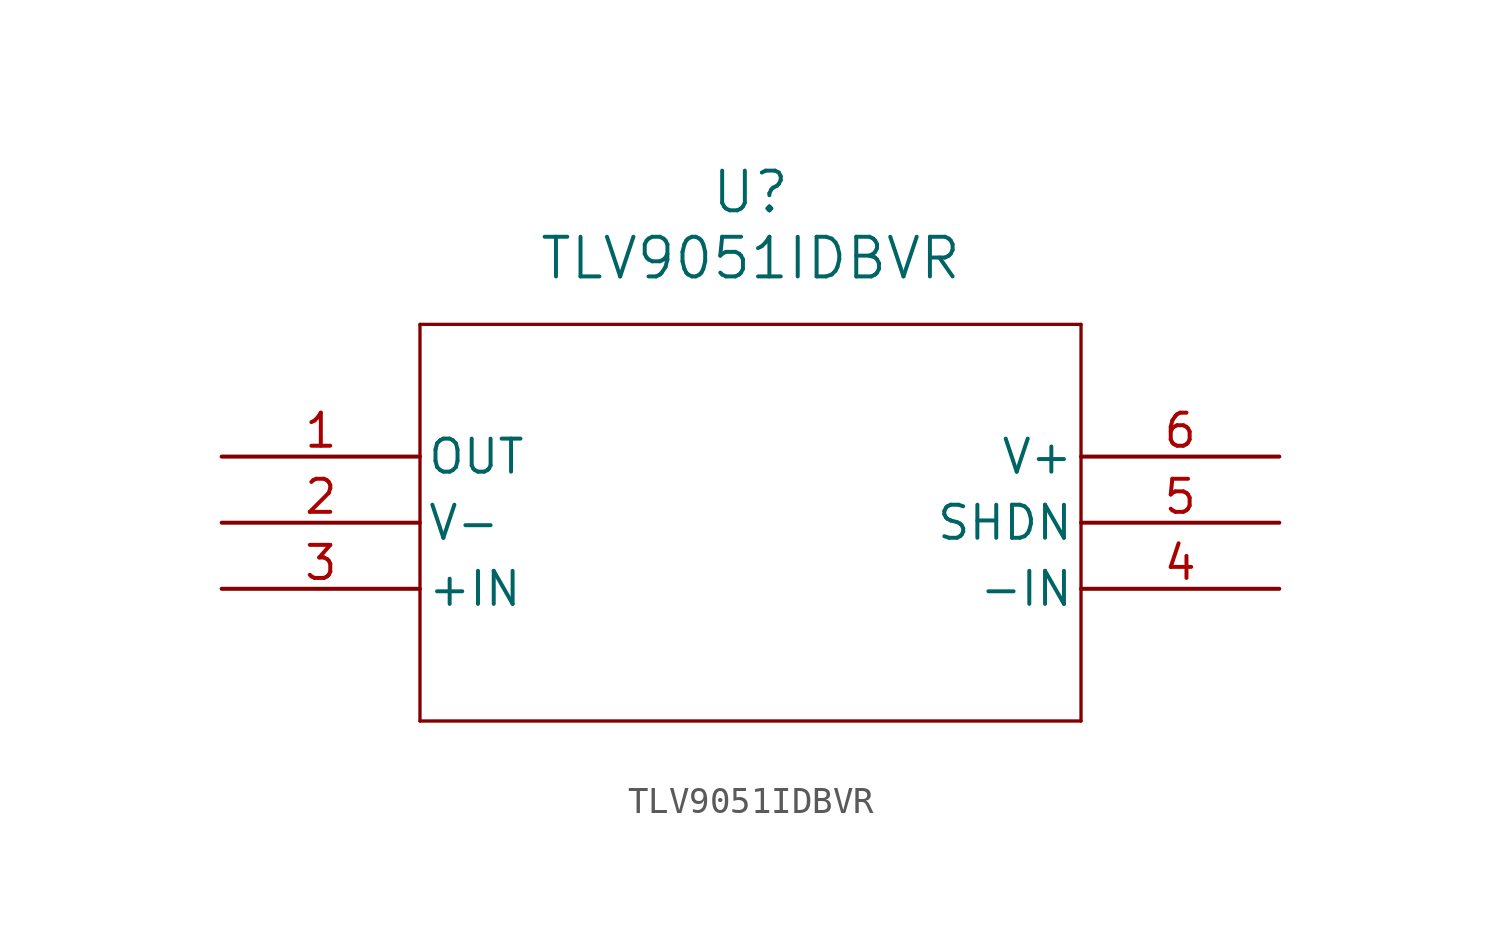
<source format=kicad_sym>
(kicad_symbol_lib
  (version 20211014)
  (generator kicad_symbol_editor)
  (symbol "TLV9051IDBVR"
    (pin_names
      (offset 0.254))
    (property "Reference" "U"
      (at 20.32 10.16 0)
      (effects (font (size 1.524 1.524))))
    (property "Value" "TLV9051IDBVR"
      (at 20.32 7.62 0)
      (effects (font (size 1.524 1.524))))
    (symbol "TLV9051IDBVR_0_1"
      (polyline (pts (xy 7.62 5.08) (xy 7.62 -10.16)) (stroke (width 0.127) (type default) (color 0 0 0 0)) (fill (type none)))
      (polyline (pts (xy 7.62 -10.16) (xy 33.02 -10.16)) (stroke (width 0.127) (type default) (color 0 0 0 0)) (fill (type none)))
      (polyline (pts (xy 33.02 -10.16) (xy 33.02 5.08)) (stroke (width 0.127) (type default) (color 0 0 0 0)) (fill (type none)))
      (polyline (pts (xy 33.02 5.08) (xy 7.62 5.08)) (stroke (width 0.127) (type default) (color 0 0 0 0)) (fill (type none)))
      (pin output line (at 0 0 0) (length 7.62) (name "OUT" (effects (font (size 1.27 1.27)))) (number "1" (effects (font (size 1.27 1.27)))))
      (pin power_in line (at 0 -2.54 0) (length 7.62) (name "V-" (effects (font (size 1.27 1.27)))) (number "2" (effects (font (size 1.27 1.27)))))
      (pin input line (at 0 -5.08 0) (length 7.62) (name "+IN" (effects (font (size 1.27 1.27)))) (number "3" (effects (font (size 1.27 1.27)))))
      (pin input line (at 40.64 -5.08 180) (length 7.62) (name "-IN" (effects (font (size 1.27 1.27)))) (number "4" (effects (font (size 1.27 1.27)))))
      (pin input line (at 40.64 -2.54 180) (length 7.62) (name "SHDN" (effects (font (size 1.27 1.27)))) (number "5" (effects (font (size 1.27 1.27)))))
      (pin power_in line (at 40.64 0 180) (length 7.62) (name "V+" (effects (font (size 1.27 1.27)))) (number "6" (effects (font (size 1.27 1.27))))))))
</source>
